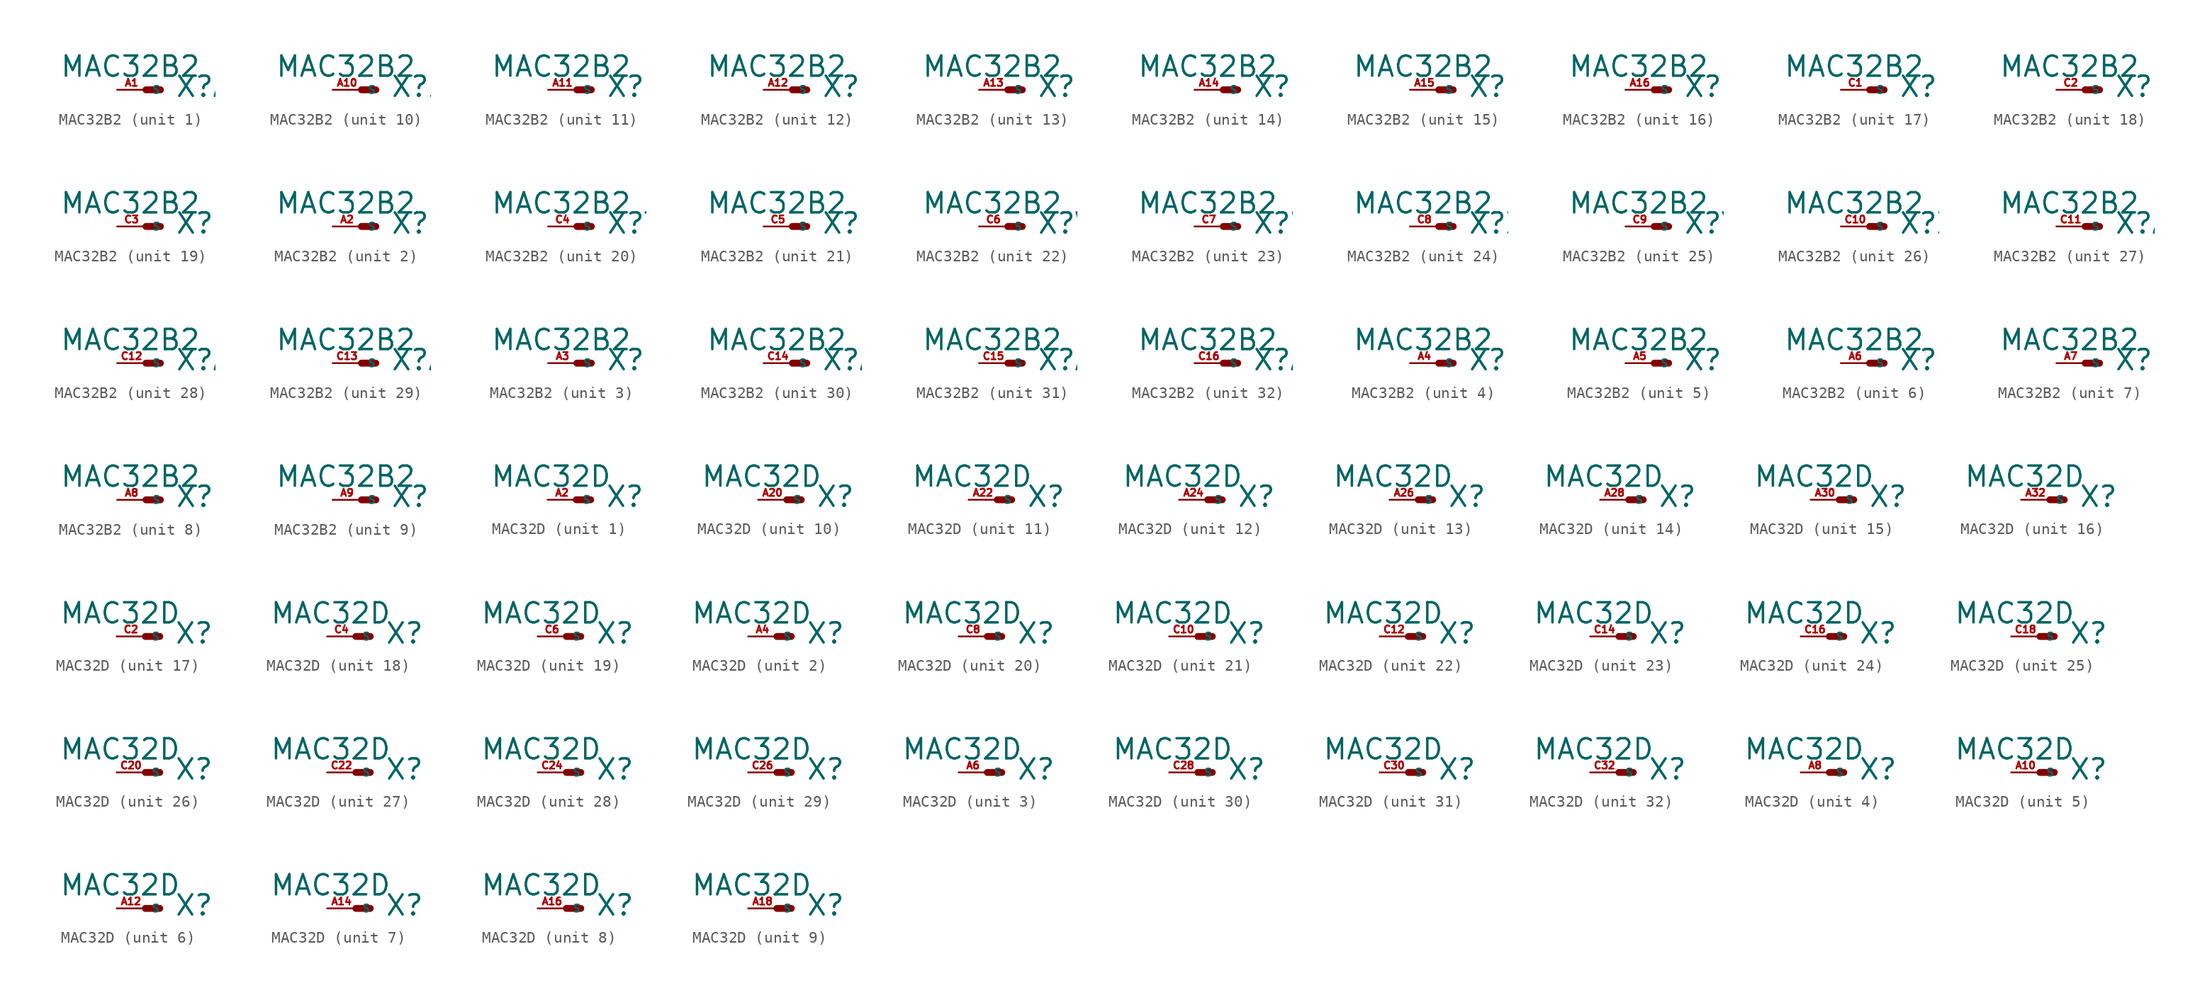
<source format=kicad_sym>
(kicad_symbol_lib
  (version 20220914)
  (generator Eagle2Kicad)
  (symbol "MAC32B2"
    (property "Reference" "X"
      (at 2.54 -0.762 0)
      (effects (font (size 1.778 1.778) (thickness 0.22)) (justify left bottom)))
    (property "Value" "MAC32B2"
      (at -7.62 1.016 0)
      (effects (font (size 1.778 1.778) (thickness 0.22)) (justify left bottom)))
    (symbol "MAC32B2_1_0"
      (polyline (pts (xy 0 0) (xy 1.27 0)) (stroke (width 0.61) (type default)) (fill (type none)))
      (pin passive line (at -2.54 0 0) (length 2.54) (name "S" (effects (font (size 0.635 0.635) (thickness 0.08)) (justify left bottom))) (number "A1" (effects (font (size 0.635 0.635) (thickness 0.08)) (justify left bottom)))))
    (symbol "MAC32B2_2_0"
      (polyline (pts (xy 0 0) (xy 1.27 0)) (stroke (width 0.61) (type default)) (fill (type none)))
      (pin passive line (at -2.54 0 0) (length 2.54) (name "S" (effects (font (size 0.635 0.635) (thickness 0.08)) (justify left bottom))) (number "A2" (effects (font (size 0.635 0.635) (thickness 0.08)) (justify left bottom)))))
    (symbol "MAC32B2_3_0"
      (polyline (pts (xy 0 0) (xy 1.27 0)) (stroke (width 0.61) (type default)) (fill (type none)))
      (pin passive line (at -2.54 0 0) (length 2.54) (name "S" (effects (font (size 0.635 0.635) (thickness 0.08)) (justify left bottom))) (number "A3" (effects (font (size 0.635 0.635) (thickness 0.08)) (justify left bottom)))))
    (symbol "MAC32B2_4_0"
      (polyline (pts (xy 0 0) (xy 1.27 0)) (stroke (width 0.61) (type default)) (fill (type none)))
      (pin passive line (at -2.54 0 0) (length 2.54) (name "S" (effects (font (size 0.635 0.635) (thickness 0.08)) (justify left bottom))) (number "A4" (effects (font (size 0.635 0.635) (thickness 0.08)) (justify left bottom)))))
    (symbol "MAC32B2_5_0"
      (polyline (pts (xy 0 0) (xy 1.27 0)) (stroke (width 0.61) (type default)) (fill (type none)))
      (pin passive line (at -2.54 0 0) (length 2.54) (name "S" (effects (font (size 0.635 0.635) (thickness 0.08)) (justify left bottom))) (number "A5" (effects (font (size 0.635 0.635) (thickness 0.08)) (justify left bottom)))))
    (symbol "MAC32B2_6_0"
      (polyline (pts (xy 0 0) (xy 1.27 0)) (stroke (width 0.61) (type default)) (fill (type none)))
      (pin passive line (at -2.54 0 0) (length 2.54) (name "S" (effects (font (size 0.635 0.635) (thickness 0.08)) (justify left bottom))) (number "A6" (effects (font (size 0.635 0.635) (thickness 0.08)) (justify left bottom)))))
    (symbol "MAC32B2_7_0"
      (polyline (pts (xy 0 0) (xy 1.27 0)) (stroke (width 0.61) (type default)) (fill (type none)))
      (pin passive line (at -2.54 0 0) (length 2.54) (name "S" (effects (font (size 0.635 0.635) (thickness 0.08)) (justify left bottom))) (number "A7" (effects (font (size 0.635 0.635) (thickness 0.08)) (justify left bottom)))))
    (symbol "MAC32B2_8_0"
      (polyline (pts (xy 0 0) (xy 1.27 0)) (stroke (width 0.61) (type default)) (fill (type none)))
      (pin passive line (at -2.54 0 0) (length 2.54) (name "S" (effects (font (size 0.635 0.635) (thickness 0.08)) (justify left bottom))) (number "A8" (effects (font (size 0.635 0.635) (thickness 0.08)) (justify left bottom)))))
    (symbol "MAC32B2_9_0"
      (polyline (pts (xy 0 0) (xy 1.27 0)) (stroke (width 0.61) (type default)) (fill (type none)))
      (pin passive line (at -2.54 0 0) (length 2.54) (name "S" (effects (font (size 0.635 0.635) (thickness 0.08)) (justify left bottom))) (number "A9" (effects (font (size 0.635 0.635) (thickness 0.08)) (justify left bottom)))))
    (symbol "MAC32B2_10_0"
      (polyline (pts (xy 0 0) (xy 1.27 0)) (stroke (width 0.61) (type default)) (fill (type none)))
      (pin passive line (at -2.54 0 0) (length 2.54) (name "S" (effects (font (size 0.635 0.635) (thickness 0.08)) (justify left bottom))) (number "A10" (effects (font (size 0.635 0.635) (thickness 0.08)) (justify left bottom)))))
    (symbol "MAC32B2_11_0"
      (polyline (pts (xy 0 0) (xy 1.27 0)) (stroke (width 0.61) (type default)) (fill (type none)))
      (pin passive line (at -2.54 0 0) (length 2.54) (name "S" (effects (font (size 0.635 0.635) (thickness 0.08)) (justify left bottom))) (number "A11" (effects (font (size 0.635 0.635) (thickness 0.08)) (justify left bottom)))))
    (symbol "MAC32B2_12_0"
      (polyline (pts (xy 0 0) (xy 1.27 0)) (stroke (width 0.61) (type default)) (fill (type none)))
      (pin passive line (at -2.54 0 0) (length 2.54) (name "S" (effects (font (size 0.635 0.635) (thickness 0.08)) (justify left bottom))) (number "A12" (effects (font (size 0.635 0.635) (thickness 0.08)) (justify left bottom)))))
    (symbol "MAC32B2_13_0"
      (polyline (pts (xy 0 0) (xy 1.27 0)) (stroke (width 0.61) (type default)) (fill (type none)))
      (pin passive line (at -2.54 0 0) (length 2.54) (name "S" (effects (font (size 0.635 0.635) (thickness 0.08)) (justify left bottom))) (number "A13" (effects (font (size 0.635 0.635) (thickness 0.08)) (justify left bottom)))))
    (symbol "MAC32B2_14_0"
      (polyline (pts (xy 0 0) (xy 1.27 0)) (stroke (width 0.61) (type default)) (fill (type none)))
      (pin passive line (at -2.54 0 0) (length 2.54) (name "S" (effects (font (size 0.635 0.635) (thickness 0.08)) (justify left bottom))) (number "A14" (effects (font (size 0.635 0.635) (thickness 0.08)) (justify left bottom)))))
    (symbol "MAC32B2_15_0"
      (polyline (pts (xy 0 0) (xy 1.27 0)) (stroke (width 0.61) (type default)) (fill (type none)))
      (pin passive line (at -2.54 0 0) (length 2.54) (name "S" (effects (font (size 0.635 0.635) (thickness 0.08)) (justify left bottom))) (number "A15" (effects (font (size 0.635 0.635) (thickness 0.08)) (justify left bottom)))))
    (symbol "MAC32B2_16_0"
      (polyline (pts (xy 0 0) (xy 1.27 0)) (stroke (width 0.61) (type default)) (fill (type none)))
      (pin passive line (at -2.54 0 0) (length 2.54) (name "S" (effects (font (size 0.635 0.635) (thickness 0.08)) (justify left bottom))) (number "A16" (effects (font (size 0.635 0.635) (thickness 0.08)) (justify left bottom)))))
    (symbol "MAC32B2_17_0"
      (polyline (pts (xy 0 0) (xy 1.27 0)) (stroke (width 0.61) (type default)) (fill (type none)))
      (pin passive line (at -2.54 0 0) (length 2.54) (name "S" (effects (font (size 0.635 0.635) (thickness 0.08)) (justify left bottom))) (number "C1" (effects (font (size 0.635 0.635) (thickness 0.08)) (justify left bottom)))))
    (symbol "MAC32B2_18_0"
      (polyline (pts (xy 0 0) (xy 1.27 0)) (stroke (width 0.61) (type default)) (fill (type none)))
      (pin passive line (at -2.54 0 0) (length 2.54) (name "S" (effects (font (size 0.635 0.635) (thickness 0.08)) (justify left bottom))) (number "C2" (effects (font (size 0.635 0.635) (thickness 0.08)) (justify left bottom)))))
    (symbol "MAC32B2_19_0"
      (polyline (pts (xy 0 0) (xy 1.27 0)) (stroke (width 0.61) (type default)) (fill (type none)))
      (pin passive line (at -2.54 0 0) (length 2.54) (name "S" (effects (font (size 0.635 0.635) (thickness 0.08)) (justify left bottom))) (number "C3" (effects (font (size 0.635 0.635) (thickness 0.08)) (justify left bottom)))))
    (symbol "MAC32B2_20_0"
      (polyline (pts (xy 0 0) (xy 1.27 0)) (stroke (width 0.61) (type default)) (fill (type none)))
      (pin passive line (at -2.54 0 0) (length 2.54) (name "S" (effects (font (size 0.635 0.635) (thickness 0.08)) (justify left bottom))) (number "C4" (effects (font (size 0.635 0.635) (thickness 0.08)) (justify left bottom)))))
    (symbol "MAC32B2_21_0"
      (polyline (pts (xy 0 0) (xy 1.27 0)) (stroke (width 0.61) (type default)) (fill (type none)))
      (pin passive line (at -2.54 0 0) (length 2.54) (name "S" (effects (font (size 0.635 0.635) (thickness 0.08)) (justify left bottom))) (number "C5" (effects (font (size 0.635 0.635) (thickness 0.08)) (justify left bottom)))))
    (symbol "MAC32B2_22_0"
      (polyline (pts (xy 0 0) (xy 1.27 0)) (stroke (width 0.61) (type default)) (fill (type none)))
      (pin passive line (at -2.54 0 0) (length 2.54) (name "S" (effects (font (size 0.635 0.635) (thickness 0.08)) (justify left bottom))) (number "C6" (effects (font (size 0.635 0.635) (thickness 0.08)) (justify left bottom)))))
    (symbol "MAC32B2_23_0"
      (polyline (pts (xy 0 0) (xy 1.27 0)) (stroke (width 0.61) (type default)) (fill (type none)))
      (pin passive line (at -2.54 0 0) (length 2.54) (name "S" (effects (font (size 0.635 0.635) (thickness 0.08)) (justify left bottom))) (number "C7" (effects (font (size 0.635 0.635) (thickness 0.08)) (justify left bottom)))))
    (symbol "MAC32B2_24_0"
      (polyline (pts (xy 0 0) (xy 1.27 0)) (stroke (width 0.61) (type default)) (fill (type none)))
      (pin passive line (at -2.54 0 0) (length 2.54) (name "S" (effects (font (size 0.635 0.635) (thickness 0.08)) (justify left bottom))) (number "C8" (effects (font (size 0.635 0.635) (thickness 0.08)) (justify left bottom)))))
    (symbol "MAC32B2_25_0"
      (polyline (pts (xy 0 0) (xy 1.27 0)) (stroke (width 0.61) (type default)) (fill (type none)))
      (pin passive line (at -2.54 0 0) (length 2.54) (name "S" (effects (font (size 0.635 0.635) (thickness 0.08)) (justify left bottom))) (number "C9" (effects (font (size 0.635 0.635) (thickness 0.08)) (justify left bottom)))))
    (symbol "MAC32B2_26_0"
      (polyline (pts (xy 0 0) (xy 1.27 0)) (stroke (width 0.61) (type default)) (fill (type none)))
      (pin passive line (at -2.54 0 0) (length 2.54) (name "S" (effects (font (size 0.635 0.635) (thickness 0.08)) (justify left bottom))) (number "C10" (effects (font (size 0.635 0.635) (thickness 0.08)) (justify left bottom)))))
    (symbol "MAC32B2_27_0"
      (polyline (pts (xy 0 0) (xy 1.27 0)) (stroke (width 0.61) (type default)) (fill (type none)))
      (pin passive line (at -2.54 0 0) (length 2.54) (name "S" (effects (font (size 0.635 0.635) (thickness 0.08)) (justify left bottom))) (number "C11" (effects (font (size 0.635 0.635) (thickness 0.08)) (justify left bottom)))))
    (symbol "MAC32B2_28_0"
      (polyline (pts (xy 0 0) (xy 1.27 0)) (stroke (width 0.61) (type default)) (fill (type none)))
      (pin passive line (at -2.54 0 0) (length 2.54) (name "S" (effects (font (size 0.635 0.635) (thickness 0.08)) (justify left bottom))) (number "C12" (effects (font (size 0.635 0.635) (thickness 0.08)) (justify left bottom)))))
    (symbol "MAC32B2_29_0"
      (polyline (pts (xy 0 0) (xy 1.27 0)) (stroke (width 0.61) (type default)) (fill (type none)))
      (pin passive line (at -2.54 0 0) (length 2.54) (name "S" (effects (font (size 0.635 0.635) (thickness 0.08)) (justify left bottom))) (number "C13" (effects (font (size 0.635 0.635) (thickness 0.08)) (justify left bottom)))))
    (symbol "MAC32B2_30_0"
      (polyline (pts (xy 0 0) (xy 1.27 0)) (stroke (width 0.61) (type default)) (fill (type none)))
      (pin passive line (at -2.54 0 0) (length 2.54) (name "S" (effects (font (size 0.635 0.635) (thickness 0.08)) (justify left bottom))) (number "C14" (effects (font (size 0.635 0.635) (thickness 0.08)) (justify left bottom)))))
    (symbol "MAC32B2_31_0"
      (polyline (pts (xy 0 0) (xy 1.27 0)) (stroke (width 0.61) (type default)) (fill (type none)))
      (pin passive line (at -2.54 0 0) (length 2.54) (name "S" (effects (font (size 0.635 0.635) (thickness 0.08)) (justify left bottom))) (number "C15" (effects (font (size 0.635 0.635) (thickness 0.08)) (justify left bottom)))))
    (symbol "MAC32B2_32_0"
      (polyline (pts (xy 0 0) (xy 1.27 0)) (stroke (width 0.61) (type default)) (fill (type none)))
      (pin passive line (at -2.54 0 0) (length 2.54) (name "S" (effects (font (size 0.635 0.635) (thickness 0.08)) (justify left bottom))) (number "C16" (effects (font (size 0.635 0.635) (thickness 0.08)) (justify left bottom))))))
  (symbol "MAC32D"
    (property "Reference" "X"
      (at 2.54 -0.762 0)
      (effects (font (size 1.778 1.778) (thickness 0.22)) (justify left bottom)))
    (property "Value" "MAC32D"
      (at -7.62 1.016 0)
      (effects (font (size 1.778 1.778) (thickness 0.22)) (justify left bottom)))
    (symbol "MAC32D_1_0"
      (polyline (pts (xy 0 0) (xy 1.27 0)) (stroke (width 0.61) (type default)) (fill (type none)))
      (pin passive line (at -2.54 0 0) (length 2.54) (name "S" (effects (font (size 0.635 0.635) (thickness 0.08)) (justify left bottom))) (number "A2" (effects (font (size 0.635 0.635) (thickness 0.08)) (justify left bottom)))))
    (symbol "MAC32D_2_0"
      (polyline (pts (xy 0 0) (xy 1.27 0)) (stroke (width 0.61) (type default)) (fill (type none)))
      (pin passive line (at -2.54 0 0) (length 2.54) (name "S" (effects (font (size 0.635 0.635) (thickness 0.08)) (justify left bottom))) (number "A4" (effects (font (size 0.635 0.635) (thickness 0.08)) (justify left bottom)))))
    (symbol "MAC32D_3_0"
      (polyline (pts (xy 0 0) (xy 1.27 0)) (stroke (width 0.61) (type default)) (fill (type none)))
      (pin passive line (at -2.54 0 0) (length 2.54) (name "S" (effects (font (size 0.635 0.635) (thickness 0.08)) (justify left bottom))) (number "A6" (effects (font (size 0.635 0.635) (thickness 0.08)) (justify left bottom)))))
    (symbol "MAC32D_4_0"
      (polyline (pts (xy 0 0) (xy 1.27 0)) (stroke (width 0.61) (type default)) (fill (type none)))
      (pin passive line (at -2.54 0 0) (length 2.54) (name "S" (effects (font (size 0.635 0.635) (thickness 0.08)) (justify left bottom))) (number "A8" (effects (font (size 0.635 0.635) (thickness 0.08)) (justify left bottom)))))
    (symbol "MAC32D_5_0"
      (polyline (pts (xy 0 0) (xy 1.27 0)) (stroke (width 0.61) (type default)) (fill (type none)))
      (pin passive line (at -2.54 0 0) (length 2.54) (name "S" (effects (font (size 0.635 0.635) (thickness 0.08)) (justify left bottom))) (number "A10" (effects (font (size 0.635 0.635) (thickness 0.08)) (justify left bottom)))))
    (symbol "MAC32D_6_0"
      (polyline (pts (xy 0 0) (xy 1.27 0)) (stroke (width 0.61) (type default)) (fill (type none)))
      (pin passive line (at -2.54 0 0) (length 2.54) (name "S" (effects (font (size 0.635 0.635) (thickness 0.08)) (justify left bottom))) (number "A12" (effects (font (size 0.635 0.635) (thickness 0.08)) (justify left bottom)))))
    (symbol "MAC32D_7_0"
      (polyline (pts (xy 0 0) (xy 1.27 0)) (stroke (width 0.61) (type default)) (fill (type none)))
      (pin passive line (at -2.54 0 0) (length 2.54) (name "S" (effects (font (size 0.635 0.635) (thickness 0.08)) (justify left bottom))) (number "A14" (effects (font (size 0.635 0.635) (thickness 0.08)) (justify left bottom)))))
    (symbol "MAC32D_8_0"
      (polyline (pts (xy 0 0) (xy 1.27 0)) (stroke (width 0.61) (type default)) (fill (type none)))
      (pin passive line (at -2.54 0 0) (length 2.54) (name "S" (effects (font (size 0.635 0.635) (thickness 0.08)) (justify left bottom))) (number "A16" (effects (font (size 0.635 0.635) (thickness 0.08)) (justify left bottom)))))
    (symbol "MAC32D_9_0"
      (polyline (pts (xy 0 0) (xy 1.27 0)) (stroke (width 0.61) (type default)) (fill (type none)))
      (pin passive line (at -2.54 0 0) (length 2.54) (name "S" (effects (font (size 0.635 0.635) (thickness 0.08)) (justify left bottom))) (number "A18" (effects (font (size 0.635 0.635) (thickness 0.08)) (justify left bottom)))))
    (symbol "MAC32D_10_0"
      (polyline (pts (xy 0 0) (xy 1.27 0)) (stroke (width 0.61) (type default)) (fill (type none)))
      (pin passive line (at -2.54 0 0) (length 2.54) (name "S" (effects (font (size 0.635 0.635) (thickness 0.08)) (justify left bottom))) (number "A20" (effects (font (size 0.635 0.635) (thickness 0.08)) (justify left bottom)))))
    (symbol "MAC32D_11_0"
      (polyline (pts (xy 0 0) (xy 1.27 0)) (stroke (width 0.61) (type default)) (fill (type none)))
      (pin passive line (at -2.54 0 0) (length 2.54) (name "S" (effects (font (size 0.635 0.635) (thickness 0.08)) (justify left bottom))) (number "A22" (effects (font (size 0.635 0.635) (thickness 0.08)) (justify left bottom)))))
    (symbol "MAC32D_12_0"
      (polyline (pts (xy 0 0) (xy 1.27 0)) (stroke (width 0.61) (type default)) (fill (type none)))
      (pin passive line (at -2.54 0 0) (length 2.54) (name "S" (effects (font (size 0.635 0.635) (thickness 0.08)) (justify left bottom))) (number "A24" (effects (font (size 0.635 0.635) (thickness 0.08)) (justify left bottom)))))
    (symbol "MAC32D_13_0"
      (polyline (pts (xy 0 0) (xy 1.27 0)) (stroke (width 0.61) (type default)) (fill (type none)))
      (pin passive line (at -2.54 0 0) (length 2.54) (name "S" (effects (font (size 0.635 0.635) (thickness 0.08)) (justify left bottom))) (number "A26" (effects (font (size 0.635 0.635) (thickness 0.08)) (justify left bottom)))))
    (symbol "MAC32D_14_0"
      (polyline (pts (xy 0 0) (xy 1.27 0)) (stroke (width 0.61) (type default)) (fill (type none)))
      (pin passive line (at -2.54 0 0) (length 2.54) (name "S" (effects (font (size 0.635 0.635) (thickness 0.08)) (justify left bottom))) (number "A28" (effects (font (size 0.635 0.635) (thickness 0.08)) (justify left bottom)))))
    (symbol "MAC32D_15_0"
      (polyline (pts (xy 0 0) (xy 1.27 0)) (stroke (width 0.61) (type default)) (fill (type none)))
      (pin passive line (at -2.54 0 0) (length 2.54) (name "S" (effects (font (size 0.635 0.635) (thickness 0.08)) (justify left bottom))) (number "A30" (effects (font (size 0.635 0.635) (thickness 0.08)) (justify left bottom)))))
    (symbol "MAC32D_16_0"
      (polyline (pts (xy 0 0) (xy 1.27 0)) (stroke (width 0.61) (type default)) (fill (type none)))
      (pin passive line (at -2.54 0 0) (length 2.54) (name "S" (effects (font (size 0.635 0.635) (thickness 0.08)) (justify left bottom))) (number "A32" (effects (font (size 0.635 0.635) (thickness 0.08)) (justify left bottom)))))
    (symbol "MAC32D_17_0"
      (polyline (pts (xy 0 0) (xy 1.27 0)) (stroke (width 0.61) (type default)) (fill (type none)))
      (pin passive line (at -2.54 0 0) (length 2.54) (name "S" (effects (font (size 0.635 0.635) (thickness 0.08)) (justify left bottom))) (number "C2" (effects (font (size 0.635 0.635) (thickness 0.08)) (justify left bottom)))))
    (symbol "MAC32D_18_0"
      (polyline (pts (xy 0 0) (xy 1.27 0)) (stroke (width 0.61) (type default)) (fill (type none)))
      (pin passive line (at -2.54 0 0) (length 2.54) (name "S" (effects (font (size 0.635 0.635) (thickness 0.08)) (justify left bottom))) (number "C4" (effects (font (size 0.635 0.635) (thickness 0.08)) (justify left bottom)))))
    (symbol "MAC32D_19_0"
      (polyline (pts (xy 0 0) (xy 1.27 0)) (stroke (width 0.61) (type default)) (fill (type none)))
      (pin passive line (at -2.54 0 0) (length 2.54) (name "S" (effects (font (size 0.635 0.635) (thickness 0.08)) (justify left bottom))) (number "C6" (effects (font (size 0.635 0.635) (thickness 0.08)) (justify left bottom)))))
    (symbol "MAC32D_20_0"
      (polyline (pts (xy 0 0) (xy 1.27 0)) (stroke (width 0.61) (type default)) (fill (type none)))
      (pin passive line (at -2.54 0 0) (length 2.54) (name "S" (effects (font (size 0.635 0.635) (thickness 0.08)) (justify left bottom))) (number "C8" (effects (font (size 0.635 0.635) (thickness 0.08)) (justify left bottom)))))
    (symbol "MAC32D_21_0"
      (polyline (pts (xy 0 0) (xy 1.27 0)) (stroke (width 0.61) (type default)) (fill (type none)))
      (pin passive line (at -2.54 0 0) (length 2.54) (name "S" (effects (font (size 0.635 0.635) (thickness 0.08)) (justify left bottom))) (number "C10" (effects (font (size 0.635 0.635) (thickness 0.08)) (justify left bottom)))))
    (symbol "MAC32D_22_0"
      (polyline (pts (xy 0 0) (xy 1.27 0)) (stroke (width 0.61) (type default)) (fill (type none)))
      (pin passive line (at -2.54 0 0) (length 2.54) (name "S" (effects (font (size 0.635 0.635) (thickness 0.08)) (justify left bottom))) (number "C12" (effects (font (size 0.635 0.635) (thickness 0.08)) (justify left bottom)))))
    (symbol "MAC32D_23_0"
      (polyline (pts (xy 0 0) (xy 1.27 0)) (stroke (width 0.61) (type default)) (fill (type none)))
      (pin passive line (at -2.54 0 0) (length 2.54) (name "S" (effects (font (size 0.635 0.635) (thickness 0.08)) (justify left bottom))) (number "C14" (effects (font (size 0.635 0.635) (thickness 0.08)) (justify left bottom)))))
    (symbol "MAC32D_24_0"
      (polyline (pts (xy 0 0) (xy 1.27 0)) (stroke (width 0.61) (type default)) (fill (type none)))
      (pin passive line (at -2.54 0 0) (length 2.54) (name "S" (effects (font (size 0.635 0.635) (thickness 0.08)) (justify left bottom))) (number "C16" (effects (font (size 0.635 0.635) (thickness 0.08)) (justify left bottom)))))
    (symbol "MAC32D_25_0"
      (polyline (pts (xy 0 0) (xy 1.27 0)) (stroke (width 0.61) (type default)) (fill (type none)))
      (pin passive line (at -2.54 0 0) (length 2.54) (name "S" (effects (font (size 0.635 0.635) (thickness 0.08)) (justify left bottom))) (number "C18" (effects (font (size 0.635 0.635) (thickness 0.08)) (justify left bottom)))))
    (symbol "MAC32D_26_0"
      (polyline (pts (xy 0 0) (xy 1.27 0)) (stroke (width 0.61) (type default)) (fill (type none)))
      (pin passive line (at -2.54 0 0) (length 2.54) (name "S" (effects (font (size 0.635 0.635) (thickness 0.08)) (justify left bottom))) (number "C20" (effects (font (size 0.635 0.635) (thickness 0.08)) (justify left bottom)))))
    (symbol "MAC32D_27_0"
      (polyline (pts (xy 0 0) (xy 1.27 0)) (stroke (width 0.61) (type default)) (fill (type none)))
      (pin passive line (at -2.54 0 0) (length 2.54) (name "S" (effects (font (size 0.635 0.635) (thickness 0.08)) (justify left bottom))) (number "C22" (effects (font (size 0.635 0.635) (thickness 0.08)) (justify left bottom)))))
    (symbol "MAC32D_28_0"
      (polyline (pts (xy 0 0) (xy 1.27 0)) (stroke (width 0.61) (type default)) (fill (type none)))
      (pin passive line (at -2.54 0 0) (length 2.54) (name "S" (effects (font (size 0.635 0.635) (thickness 0.08)) (justify left bottom))) (number "C24" (effects (font (size 0.635 0.635) (thickness 0.08)) (justify left bottom)))))
    (symbol "MAC32D_29_0"
      (polyline (pts (xy 0 0) (xy 1.27 0)) (stroke (width 0.61) (type default)) (fill (type none)))
      (pin passive line (at -2.54 0 0) (length 2.54) (name "S" (effects (font (size 0.635 0.635) (thickness 0.08)) (justify left bottom))) (number "C26" (effects (font (size 0.635 0.635) (thickness 0.08)) (justify left bottom)))))
    (symbol "MAC32D_30_0"
      (polyline (pts (xy 0 0) (xy 1.27 0)) (stroke (width 0.61) (type default)) (fill (type none)))
      (pin passive line (at -2.54 0 0) (length 2.54) (name "S" (effects (font (size 0.635 0.635) (thickness 0.08)) (justify left bottom))) (number "C28" (effects (font (size 0.635 0.635) (thickness 0.08)) (justify left bottom)))))
    (symbol "MAC32D_31_0"
      (polyline (pts (xy 0 0) (xy 1.27 0)) (stroke (width 0.61) (type default)) (fill (type none)))
      (pin passive line (at -2.54 0 0) (length 2.54) (name "S" (effects (font (size 0.635 0.635) (thickness 0.08)) (justify left bottom))) (number "C30" (effects (font (size 0.635 0.635) (thickness 0.08)) (justify left bottom)))))
    (symbol "MAC32D_32_0"
      (polyline (pts (xy 0 0) (xy 1.27 0)) (stroke (width 0.61) (type default)) (fill (type none)))
      (pin passive line (at -2.54 0 0) (length 2.54) (name "S" (effects (font (size 0.635 0.635) (thickness 0.08)) (justify left bottom))) (number "C32" (effects (font (size 0.635 0.635) (thickness 0.08)) (justify left bottom)))))))
</source>
